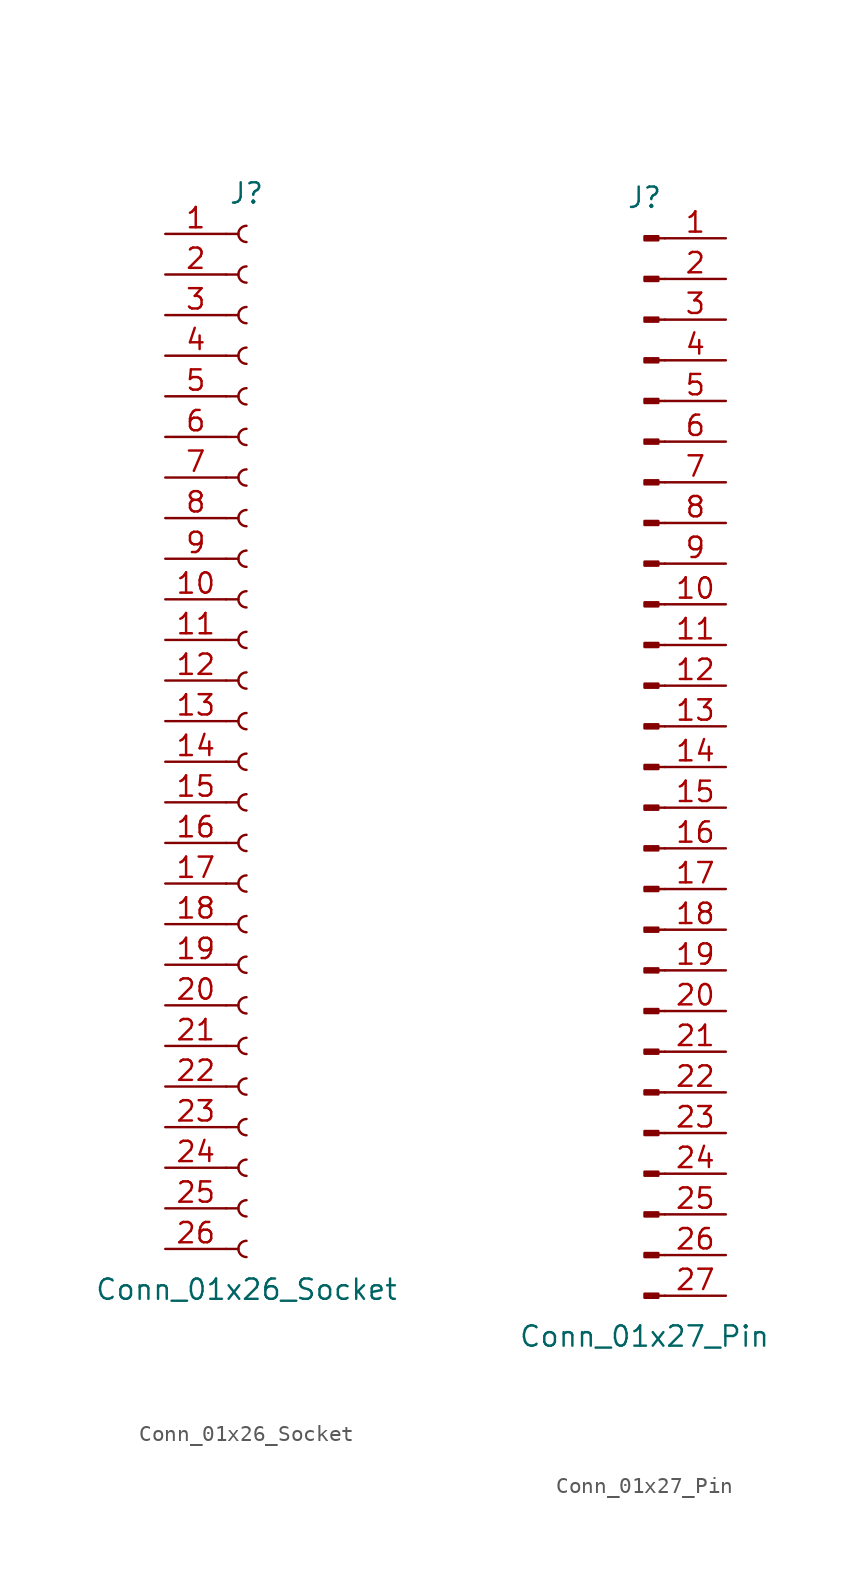
<source format=kicad_sym>
(kicad_symbol_lib
  (version 20220914)
  (generator kicad_symbol_editor)
  (symbol "Conn_01x26_Socket"
    (pin_names
      (offset 1.016) hide)
    (property "Reference" "J"
      (at 0 33.02 0)
      (effects (font (size 1.27 1.27))))
    (property "Value" "Conn_01x26_Socket"
      (at 0 -35.56 0)
      (effects (font (size 1.27 1.27))))
    (property "ki_locked" ""
      (at 0 0 0)
      (effects (font (size 1.27 1.27))))
    (symbol "Conn_01x26_Socket_1_1"
      (arc (start 0 -32.512) (mid -0.5058 -33.02) (end 0 -33.528) (stroke (width 0.1524) (type default)) (fill (type none)))
      (arc (start 0 -29.972) (mid -0.5058 -30.48) (end 0 -30.988) (stroke (width 0.1524) (type default)) (fill (type none)))
      (arc (start 0 -27.432) (mid -0.5058 -27.94) (end 0 -28.448) (stroke (width 0.1524) (type default)) (fill (type none)))
      (arc (start 0 -24.892) (mid -0.5058 -25.4) (end 0 -25.908) (stroke (width 0.1524) (type default)) (fill (type none)))
      (arc (start 0 -22.352) (mid -0.5058 -22.86) (end 0 -23.368) (stroke (width 0.1524) (type default)) (fill (type none)))
      (arc (start 0 -19.812) (mid -0.5058 -20.32) (end 0 -20.828) (stroke (width 0.1524) (type default)) (fill (type none)))
      (arc (start 0 -17.272) (mid -0.5058 -17.78) (end 0 -18.288) (stroke (width 0.1524) (type default)) (fill (type none)))
      (arc (start 0 -14.732) (mid -0.5058 -15.24) (end 0 -15.748) (stroke (width 0.1524) (type default)) (fill (type none)))
      (arc (start 0 -12.192) (mid -0.5058 -12.7) (end 0 -13.208) (stroke (width 0.1524) (type default)) (fill (type none)))
      (arc (start 0 -9.652) (mid -0.5058 -10.16) (end 0 -10.668) (stroke (width 0.1524) (type default)) (fill (type none)))
      (arc (start 0 -7.112) (mid -0.5058 -7.62) (end 0 -8.128) (stroke (width 0.1524) (type default)) (fill (type none)))
      (arc (start 0 -4.572) (mid -0.5058 -5.08) (end 0 -5.588) (stroke (width 0.1524) (type default)) (fill (type none)))
      (arc (start 0 -2.032) (mid -0.5058 -2.54) (end 0 -3.048) (stroke (width 0.1524) (type default)) (fill (type none)))
      (polyline (pts (xy -1.27 -33.02) (xy -0.508 -33.02)) (stroke (width 0.152) (type default)) (fill (type none)))
      (polyline (pts (xy -1.27 -30.48) (xy -0.508 -30.48)) (stroke (width 0.152) (type default)) (fill (type none)))
      (polyline (pts (xy -1.27 -27.94) (xy -0.508 -27.94)) (stroke (width 0.152) (type default)) (fill (type none)))
      (polyline (pts (xy -1.27 -25.4) (xy -0.508 -25.4)) (stroke (width 0.152) (type default)) (fill (type none)))
      (polyline (pts (xy -1.27 -22.86) (xy -0.508 -22.86)) (stroke (width 0.152) (type default)) (fill (type none)))
      (polyline (pts (xy -1.27 -20.32) (xy -0.508 -20.32)) (stroke (width 0.152) (type default)) (fill (type none)))
      (polyline (pts (xy -1.27 -17.78) (xy -0.508 -17.78)) (stroke (width 0.152) (type default)) (fill (type none)))
      (polyline (pts (xy -1.27 -15.24) (xy -0.508 -15.24)) (stroke (width 0.152) (type default)) (fill (type none)))
      (polyline (pts (xy -1.27 -12.7) (xy -0.508 -12.7)) (stroke (width 0.152) (type default)) (fill (type none)))
      (polyline (pts (xy -1.27 -10.16) (xy -0.508 -10.16)) (stroke (width 0.152) (type default)) (fill (type none)))
      (polyline (pts (xy -1.27 -7.62) (xy -0.508 -7.62)) (stroke (width 0.152) (type default)) (fill (type none)))
      (polyline (pts (xy -1.27 -5.08) (xy -0.508 -5.08)) (stroke (width 0.152) (type default)) (fill (type none)))
      (polyline (pts (xy -1.27 -2.54) (xy -0.508 -2.54)) (stroke (width 0.152) (type default)) (fill (type none)))
      (polyline (pts (xy -1.27 0) (xy -0.508 0)) (stroke (width 0.152) (type default)) (fill (type none)))
      (polyline (pts (xy -1.27 2.54) (xy -0.508 2.54)) (stroke (width 0.152) (type default)) (fill (type none)))
      (polyline (pts (xy -1.27 5.08) (xy -0.508 5.08)) (stroke (width 0.152) (type default)) (fill (type none)))
      (polyline (pts (xy -1.27 7.62) (xy -0.508 7.62)) (stroke (width 0.152) (type default)) (fill (type none)))
      (polyline (pts (xy -1.27 10.16) (xy -0.508 10.16)) (stroke (width 0.152) (type default)) (fill (type none)))
      (polyline (pts (xy -1.27 12.7) (xy -0.508 12.7)) (stroke (width 0.152) (type default)) (fill (type none)))
      (polyline (pts (xy -1.27 15.24) (xy -0.508 15.24)) (stroke (width 0.152) (type default)) (fill (type none)))
      (polyline (pts (xy -1.27 17.78) (xy -0.508 17.78)) (stroke (width 0.152) (type default)) (fill (type none)))
      (polyline (pts (xy -1.27 20.32) (xy -0.508 20.32)) (stroke (width 0.152) (type default)) (fill (type none)))
      (polyline (pts (xy -1.27 22.86) (xy -0.508 22.86)) (stroke (width 0.152) (type default)) (fill (type none)))
      (polyline (pts (xy -1.27 25.4) (xy -0.508 25.4)) (stroke (width 0.152) (type default)) (fill (type none)))
      (polyline (pts (xy -1.27 27.94) (xy -0.508 27.94)) (stroke (width 0.152) (type default)) (fill (type none)))
      (polyline (pts (xy -1.27 30.48) (xy -0.508 30.48)) (stroke (width 0.152) (type default)) (fill (type none)))
      (arc (start 0 0.508) (mid -0.5058 0) (end 0 -0.508) (stroke (width 0.1524) (type default)) (fill (type none)))
      (arc (start 0 3.048) (mid -0.5058 2.54) (end 0 2.032) (stroke (width 0.1524) (type default)) (fill (type none)))
      (arc (start 0 5.588) (mid -0.5058 5.08) (end 0 4.572) (stroke (width 0.1524) (type default)) (fill (type none)))
      (arc (start 0 8.128) (mid -0.5058 7.62) (end 0 7.112) (stroke (width 0.1524) (type default)) (fill (type none)))
      (arc (start 0 10.668) (mid -0.5058 10.16) (end 0 9.652) (stroke (width 0.1524) (type default)) (fill (type none)))
      (arc (start 0 13.208) (mid -0.5058 12.7) (end 0 12.192) (stroke (width 0.1524) (type default)) (fill (type none)))
      (arc (start 0 15.748) (mid -0.5058 15.24) (end 0 14.732) (stroke (width 0.1524) (type default)) (fill (type none)))
      (arc (start 0 18.288) (mid -0.5058 17.78) (end 0 17.272) (stroke (width 0.1524) (type default)) (fill (type none)))
      (arc (start 0 20.828) (mid -0.5058 20.32) (end 0 19.812) (stroke (width 0.1524) (type default)) (fill (type none)))
      (arc (start 0 23.368) (mid -0.5058 22.86) (end 0 22.352) (stroke (width 0.1524) (type default)) (fill (type none)))
      (arc (start 0 25.908) (mid -0.5058 25.4) (end 0 24.892) (stroke (width 0.1524) (type default)) (fill (type none)))
      (arc (start 0 28.448) (mid -0.5058 27.94) (end 0 27.432) (stroke (width 0.1524) (type default)) (fill (type none)))
      (arc (start 0 30.988) (mid -0.5058 30.48) (end 0 29.972) (stroke (width 0.1524) (type default)) (fill (type none)))
      (pin passive line (at -5.08 30.48 0) (length 3.81) (name "Pin_1" (effects (font (size 1.27 1.27)))) (number "1" (effects (font (size 1.27 1.27)))))
      (pin passive line (at -5.08 7.62 0) (length 3.81) (name "Pin_10" (effects (font (size 1.27 1.27)))) (number "10" (effects (font (size 1.27 1.27)))))
      (pin passive line (at -5.08 5.08 0) (length 3.81) (name "Pin_11" (effects (font (size 1.27 1.27)))) (number "11" (effects (font (size 1.27 1.27)))))
      (pin passive line (at -5.08 2.54 0) (length 3.81) (name "Pin_12" (effects (font (size 1.27 1.27)))) (number "12" (effects (font (size 1.27 1.27)))))
      (pin passive line (at -5.08 0 0) (length 3.81) (name "Pin_13" (effects (font (size 1.27 1.27)))) (number "13" (effects (font (size 1.27 1.27)))))
      (pin passive line (at -5.08 -2.54 0) (length 3.81) (name "Pin_14" (effects (font (size 1.27 1.27)))) (number "14" (effects (font (size 1.27 1.27)))))
      (pin passive line (at -5.08 -5.08 0) (length 3.81) (name "Pin_15" (effects (font (size 1.27 1.27)))) (number "15" (effects (font (size 1.27 1.27)))))
      (pin passive line (at -5.08 -7.62 0) (length 3.81) (name "Pin_16" (effects (font (size 1.27 1.27)))) (number "16" (effects (font (size 1.27 1.27)))))
      (pin passive line (at -5.08 -10.16 0) (length 3.81) (name "Pin_17" (effects (font (size 1.27 1.27)))) (number "17" (effects (font (size 1.27 1.27)))))
      (pin passive line (at -5.08 -12.7 0) (length 3.81) (name "Pin_18" (effects (font (size 1.27 1.27)))) (number "18" (effects (font (size 1.27 1.27)))))
      (pin passive line (at -5.08 -15.24 0) (length 3.81) (name "Pin_19" (effects (font (size 1.27 1.27)))) (number "19" (effects (font (size 1.27 1.27)))))
      (pin passive line (at -5.08 27.94 0) (length 3.81) (name "Pin_2" (effects (font (size 1.27 1.27)))) (number "2" (effects (font (size 1.27 1.27)))))
      (pin passive line (at -5.08 -17.78 0) (length 3.81) (name "Pin_20" (effects (font (size 1.27 1.27)))) (number "20" (effects (font (size 1.27 1.27)))))
      (pin passive line (at -5.08 -20.32 0) (length 3.81) (name "Pin_21" (effects (font (size 1.27 1.27)))) (number "21" (effects (font (size 1.27 1.27)))))
      (pin passive line (at -5.08 -22.86 0) (length 3.81) (name "Pin_22" (effects (font (size 1.27 1.27)))) (number "22" (effects (font (size 1.27 1.27)))))
      (pin passive line (at -5.08 -25.4 0) (length 3.81) (name "Pin_23" (effects (font (size 1.27 1.27)))) (number "23" (effects (font (size 1.27 1.27)))))
      (pin passive line (at -5.08 -27.94 0) (length 3.81) (name "Pin_24" (effects (font (size 1.27 1.27)))) (number "24" (effects (font (size 1.27 1.27)))))
      (pin passive line (at -5.08 -30.48 0) (length 3.81) (name "Pin_25" (effects (font (size 1.27 1.27)))) (number "25" (effects (font (size 1.27 1.27)))))
      (pin passive line (at -5.08 -33.02 0) (length 3.81) (name "Pin_26" (effects (font (size 1.27 1.27)))) (number "26" (effects (font (size 1.27 1.27)))))
      (pin passive line (at -5.08 25.4 0) (length 3.81) (name "Pin_3" (effects (font (size 1.27 1.27)))) (number "3" (effects (font (size 1.27 1.27)))))
      (pin passive line (at -5.08 22.86 0) (length 3.81) (name "Pin_4" (effects (font (size 1.27 1.27)))) (number "4" (effects (font (size 1.27 1.27)))))
      (pin passive line (at -5.08 20.32 0) (length 3.81) (name "Pin_5" (effects (font (size 1.27 1.27)))) (number "5" (effects (font (size 1.27 1.27)))))
      (pin passive line (at -5.08 17.78 0) (length 3.81) (name "Pin_6" (effects (font (size 1.27 1.27)))) (number "6" (effects (font (size 1.27 1.27)))))
      (pin passive line (at -5.08 15.24 0) (length 3.81) (name "Pin_7" (effects (font (size 1.27 1.27)))) (number "7" (effects (font (size 1.27 1.27)))))
      (pin passive line (at -5.08 12.7 0) (length 3.81) (name "Pin_8" (effects (font (size 1.27 1.27)))) (number "8" (effects (font (size 1.27 1.27)))))
      (pin passive line (at -5.08 10.16 0) (length 3.81) (name "Pin_9" (effects (font (size 1.27 1.27)))) (number "9" (effects (font (size 1.27 1.27)))))))
  (symbol "Conn_01x27_Pin"
    (pin_names
      (offset 1.016) hide)
    (property "Reference" "J"
      (at 0 35.56 0)
      (effects (font (size 1.27 1.27))))
    (property "Value" "Conn_01x27_Pin"
      (at 0 -35.56 0)
      (effects (font (size 1.27 1.27))))
    (property "ki_locked" ""
      (at 0 0 0)
      (effects (font (size 1.27 1.27))))
    (symbol "Conn_01x27_Pin_1_1"
      (polyline (pts (xy 1.27 -33.02) (xy 0.864 -33.02)) (stroke (width 0.152) (type default)) (fill (type none)))
      (polyline (pts (xy 1.27 -30.48) (xy 0.864 -30.48)) (stroke (width 0.152) (type default)) (fill (type none)))
      (polyline (pts (xy 1.27 -27.94) (xy 0.864 -27.94)) (stroke (width 0.152) (type default)) (fill (type none)))
      (polyline (pts (xy 1.27 -25.4) (xy 0.864 -25.4)) (stroke (width 0.152) (type default)) (fill (type none)))
      (polyline (pts (xy 1.27 -22.86) (xy 0.864 -22.86)) (stroke (width 0.152) (type default)) (fill (type none)))
      (polyline (pts (xy 1.27 -20.32) (xy 0.864 -20.32)) (stroke (width 0.152) (type default)) (fill (type none)))
      (polyline (pts (xy 1.27 -17.78) (xy 0.864 -17.78)) (stroke (width 0.152) (type default)) (fill (type none)))
      (polyline (pts (xy 1.27 -15.24) (xy 0.864 -15.24)) (stroke (width 0.152) (type default)) (fill (type none)))
      (polyline (pts (xy 1.27 -12.7) (xy 0.864 -12.7)) (stroke (width 0.152) (type default)) (fill (type none)))
      (polyline (pts (xy 1.27 -10.16) (xy 0.864 -10.16)) (stroke (width 0.152) (type default)) (fill (type none)))
      (polyline (pts (xy 1.27 -7.62) (xy 0.864 -7.62)) (stroke (width 0.152) (type default)) (fill (type none)))
      (polyline (pts (xy 1.27 -5.08) (xy 0.864 -5.08)) (stroke (width 0.152) (type default)) (fill (type none)))
      (polyline (pts (xy 1.27 -2.54) (xy 0.864 -2.54)) (stroke (width 0.152) (type default)) (fill (type none)))
      (polyline (pts (xy 1.27 0) (xy 0.864 0)) (stroke (width 0.152) (type default)) (fill (type none)))
      (polyline (pts (xy 1.27 2.54) (xy 0.864 2.54)) (stroke (width 0.152) (type default)) (fill (type none)))
      (polyline (pts (xy 1.27 5.08) (xy 0.864 5.08)) (stroke (width 0.152) (type default)) (fill (type none)))
      (polyline (pts (xy 1.27 7.62) (xy 0.864 7.62)) (stroke (width 0.152) (type default)) (fill (type none)))
      (polyline (pts (xy 1.27 10.16) (xy 0.864 10.16)) (stroke (width 0.152) (type default)) (fill (type none)))
      (polyline (pts (xy 1.27 12.7) (xy 0.864 12.7)) (stroke (width 0.152) (type default)) (fill (type none)))
      (polyline (pts (xy 1.27 15.24) (xy 0.864 15.24)) (stroke (width 0.152) (type default)) (fill (type none)))
      (polyline (pts (xy 1.27 17.78) (xy 0.864 17.78)) (stroke (width 0.152) (type default)) (fill (type none)))
      (polyline (pts (xy 1.27 20.32) (xy 0.864 20.32)) (stroke (width 0.152) (type default)) (fill (type none)))
      (polyline (pts (xy 1.27 22.86) (xy 0.864 22.86)) (stroke (width 0.152) (type default)) (fill (type none)))
      (polyline (pts (xy 1.27 25.4) (xy 0.864 25.4)) (stroke (width 0.152) (type default)) (fill (type none)))
      (polyline (pts (xy 1.27 27.94) (xy 0.864 27.94)) (stroke (width 0.152) (type default)) (fill (type none)))
      (polyline (pts (xy 1.27 30.48) (xy 0.864 30.48)) (stroke (width 0.152) (type default)) (fill (type none)))
      (polyline (pts (xy 1.27 33.02) (xy 0.864 33.02)) (stroke (width 0.152) (type default)) (fill (type none)))
      (rectangle (start 0.864 -32.893) (end 0 -33.147) (stroke (width 0.152) (type default)) (fill (type outline)))
      (rectangle (start 0.864 -30.353) (end 0 -30.607) (stroke (width 0.152) (type default)) (fill (type outline)))
      (rectangle (start 0.864 -27.813) (end 0 -28.067) (stroke (width 0.152) (type default)) (fill (type outline)))
      (rectangle (start 0.864 -25.273) (end 0 -25.527) (stroke (width 0.152) (type default)) (fill (type outline)))
      (rectangle (start 0.864 -22.733) (end 0 -22.987) (stroke (width 0.152) (type default)) (fill (type outline)))
      (rectangle (start 0.864 -20.193) (end 0 -20.447) (stroke (width 0.152) (type default)) (fill (type outline)))
      (rectangle (start 0.864 -17.653) (end 0 -17.907) (stroke (width 0.152) (type default)) (fill (type outline)))
      (rectangle (start 0.864 -15.113) (end 0 -15.367) (stroke (width 0.152) (type default)) (fill (type outline)))
      (rectangle (start 0.864 -12.573) (end 0 -12.827) (stroke (width 0.152) (type default)) (fill (type outline)))
      (rectangle (start 0.864 -10.033) (end 0 -10.287) (stroke (width 0.152) (type default)) (fill (type outline)))
      (rectangle (start 0.864 -7.493) (end 0 -7.747) (stroke (width 0.152) (type default)) (fill (type outline)))
      (rectangle (start 0.864 -4.953) (end 0 -5.207) (stroke (width 0.152) (type default)) (fill (type outline)))
      (rectangle (start 0.864 -2.413) (end 0 -2.667) (stroke (width 0.152) (type default)) (fill (type outline)))
      (rectangle (start 0.864 0.127) (end 0 -0.127) (stroke (width 0.152) (type default)) (fill (type outline)))
      (rectangle (start 0.864 2.667) (end 0 2.413) (stroke (width 0.152) (type default)) (fill (type outline)))
      (rectangle (start 0.864 5.207) (end 0 4.953) (stroke (width 0.152) (type default)) (fill (type outline)))
      (rectangle (start 0.864 7.747) (end 0 7.493) (stroke (width 0.152) (type default)) (fill (type outline)))
      (rectangle (start 0.864 10.287) (end 0 10.033) (stroke (width 0.152) (type default)) (fill (type outline)))
      (rectangle (start 0.864 12.827) (end 0 12.573) (stroke (width 0.152) (type default)) (fill (type outline)))
      (rectangle (start 0.864 15.367) (end 0 15.113) (stroke (width 0.152) (type default)) (fill (type outline)))
      (rectangle (start 0.864 17.907) (end 0 17.653) (stroke (width 0.152) (type default)) (fill (type outline)))
      (rectangle (start 0.864 20.447) (end 0 20.193) (stroke (width 0.152) (type default)) (fill (type outline)))
      (rectangle (start 0.864 22.987) (end 0 22.733) (stroke (width 0.152) (type default)) (fill (type outline)))
      (rectangle (start 0.864 25.527) (end 0 25.273) (stroke (width 0.152) (type default)) (fill (type outline)))
      (rectangle (start 0.864 28.067) (end 0 27.813) (stroke (width 0.152) (type default)) (fill (type outline)))
      (rectangle (start 0.864 30.607) (end 0 30.353) (stroke (width 0.152) (type default)) (fill (type outline)))
      (rectangle (start 0.864 33.147) (end 0 32.893) (stroke (width 0.152) (type default)) (fill (type outline)))
      (pin passive line (at 5.08 33.02 180) (length 3.81) (name "Pin_1" (effects (font (size 1.27 1.27)))) (number "1" (effects (font (size 1.27 1.27)))))
      (pin passive line (at 5.08 10.16 180) (length 3.81) (name "Pin_10" (effects (font (size 1.27 1.27)))) (number "10" (effects (font (size 1.27 1.27)))))
      (pin passive line (at 5.08 7.62 180) (length 3.81) (name "Pin_11" (effects (font (size 1.27 1.27)))) (number "11" (effects (font (size 1.27 1.27)))))
      (pin passive line (at 5.08 5.08 180) (length 3.81) (name "Pin_12" (effects (font (size 1.27 1.27)))) (number "12" (effects (font (size 1.27 1.27)))))
      (pin passive line (at 5.08 2.54 180) (length 3.81) (name "Pin_13" (effects (font (size 1.27 1.27)))) (number "13" (effects (font (size 1.27 1.27)))))
      (pin passive line (at 5.08 0 180) (length 3.81) (name "Pin_14" (effects (font (size 1.27 1.27)))) (number "14" (effects (font (size 1.27 1.27)))))
      (pin passive line (at 5.08 -2.54 180) (length 3.81) (name "Pin_15" (effects (font (size 1.27 1.27)))) (number "15" (effects (font (size 1.27 1.27)))))
      (pin passive line (at 5.08 -5.08 180) (length 3.81) (name "Pin_16" (effects (font (size 1.27 1.27)))) (number "16" (effects (font (size 1.27 1.27)))))
      (pin passive line (at 5.08 -7.62 180) (length 3.81) (name "Pin_17" (effects (font (size 1.27 1.27)))) (number "17" (effects (font (size 1.27 1.27)))))
      (pin passive line (at 5.08 -10.16 180) (length 3.81) (name "Pin_18" (effects (font (size 1.27 1.27)))) (number "18" (effects (font (size 1.27 1.27)))))
      (pin passive line (at 5.08 -12.7 180) (length 3.81) (name "Pin_19" (effects (font (size 1.27 1.27)))) (number "19" (effects (font (size 1.27 1.27)))))
      (pin passive line (at 5.08 30.48 180) (length 3.81) (name "Pin_2" (effects (font (size 1.27 1.27)))) (number "2" (effects (font (size 1.27 1.27)))))
      (pin passive line (at 5.08 -15.24 180) (length 3.81) (name "Pin_20" (effects (font (size 1.27 1.27)))) (number "20" (effects (font (size 1.27 1.27)))))
      (pin passive line (at 5.08 -17.78 180) (length 3.81) (name "Pin_21" (effects (font (size 1.27 1.27)))) (number "21" (effects (font (size 1.27 1.27)))))
      (pin passive line (at 5.08 -20.32 180) (length 3.81) (name "Pin_22" (effects (font (size 1.27 1.27)))) (number "22" (effects (font (size 1.27 1.27)))))
      (pin passive line (at 5.08 -22.86 180) (length 3.81) (name "Pin_23" (effects (font (size 1.27 1.27)))) (number "23" (effects (font (size 1.27 1.27)))))
      (pin passive line (at 5.08 -25.4 180) (length 3.81) (name "Pin_24" (effects (font (size 1.27 1.27)))) (number "24" (effects (font (size 1.27 1.27)))))
      (pin passive line (at 5.08 -27.94 180) (length 3.81) (name "Pin_25" (effects (font (size 1.27 1.27)))) (number "25" (effects (font (size 1.27 1.27)))))
      (pin passive line (at 5.08 -30.48 180) (length 3.81) (name "Pin_26" (effects (font (size 1.27 1.27)))) (number "26" (effects (font (size 1.27 1.27)))))
      (pin passive line (at 5.08 -33.02 180) (length 3.81) (name "Pin_27" (effects (font (size 1.27 1.27)))) (number "27" (effects (font (size 1.27 1.27)))))
      (pin passive line (at 5.08 27.94 180) (length 3.81) (name "Pin_3" (effects (font (size 1.27 1.27)))) (number "3" (effects (font (size 1.27 1.27)))))
      (pin passive line (at 5.08 25.4 180) (length 3.81) (name "Pin_4" (effects (font (size 1.27 1.27)))) (number "4" (effects (font (size 1.27 1.27)))))
      (pin passive line (at 5.08 22.86 180) (length 3.81) (name "Pin_5" (effects (font (size 1.27 1.27)))) (number "5" (effects (font (size 1.27 1.27)))))
      (pin passive line (at 5.08 20.32 180) (length 3.81) (name "Pin_6" (effects (font (size 1.27 1.27)))) (number "6" (effects (font (size 1.27 1.27)))))
      (pin passive line (at 5.08 17.78 180) (length 3.81) (name "Pin_7" (effects (font (size 1.27 1.27)))) (number "7" (effects (font (size 1.27 1.27)))))
      (pin passive line (at 5.08 15.24 180) (length 3.81) (name "Pin_8" (effects (font (size 1.27 1.27)))) (number "8" (effects (font (size 1.27 1.27)))))
      (pin passive line (at 5.08 12.7 180) (length 3.81) (name "Pin_9" (effects (font (size 1.27 1.27)))) (number "9" (effects (font (size 1.27 1.27))))))))
</source>
